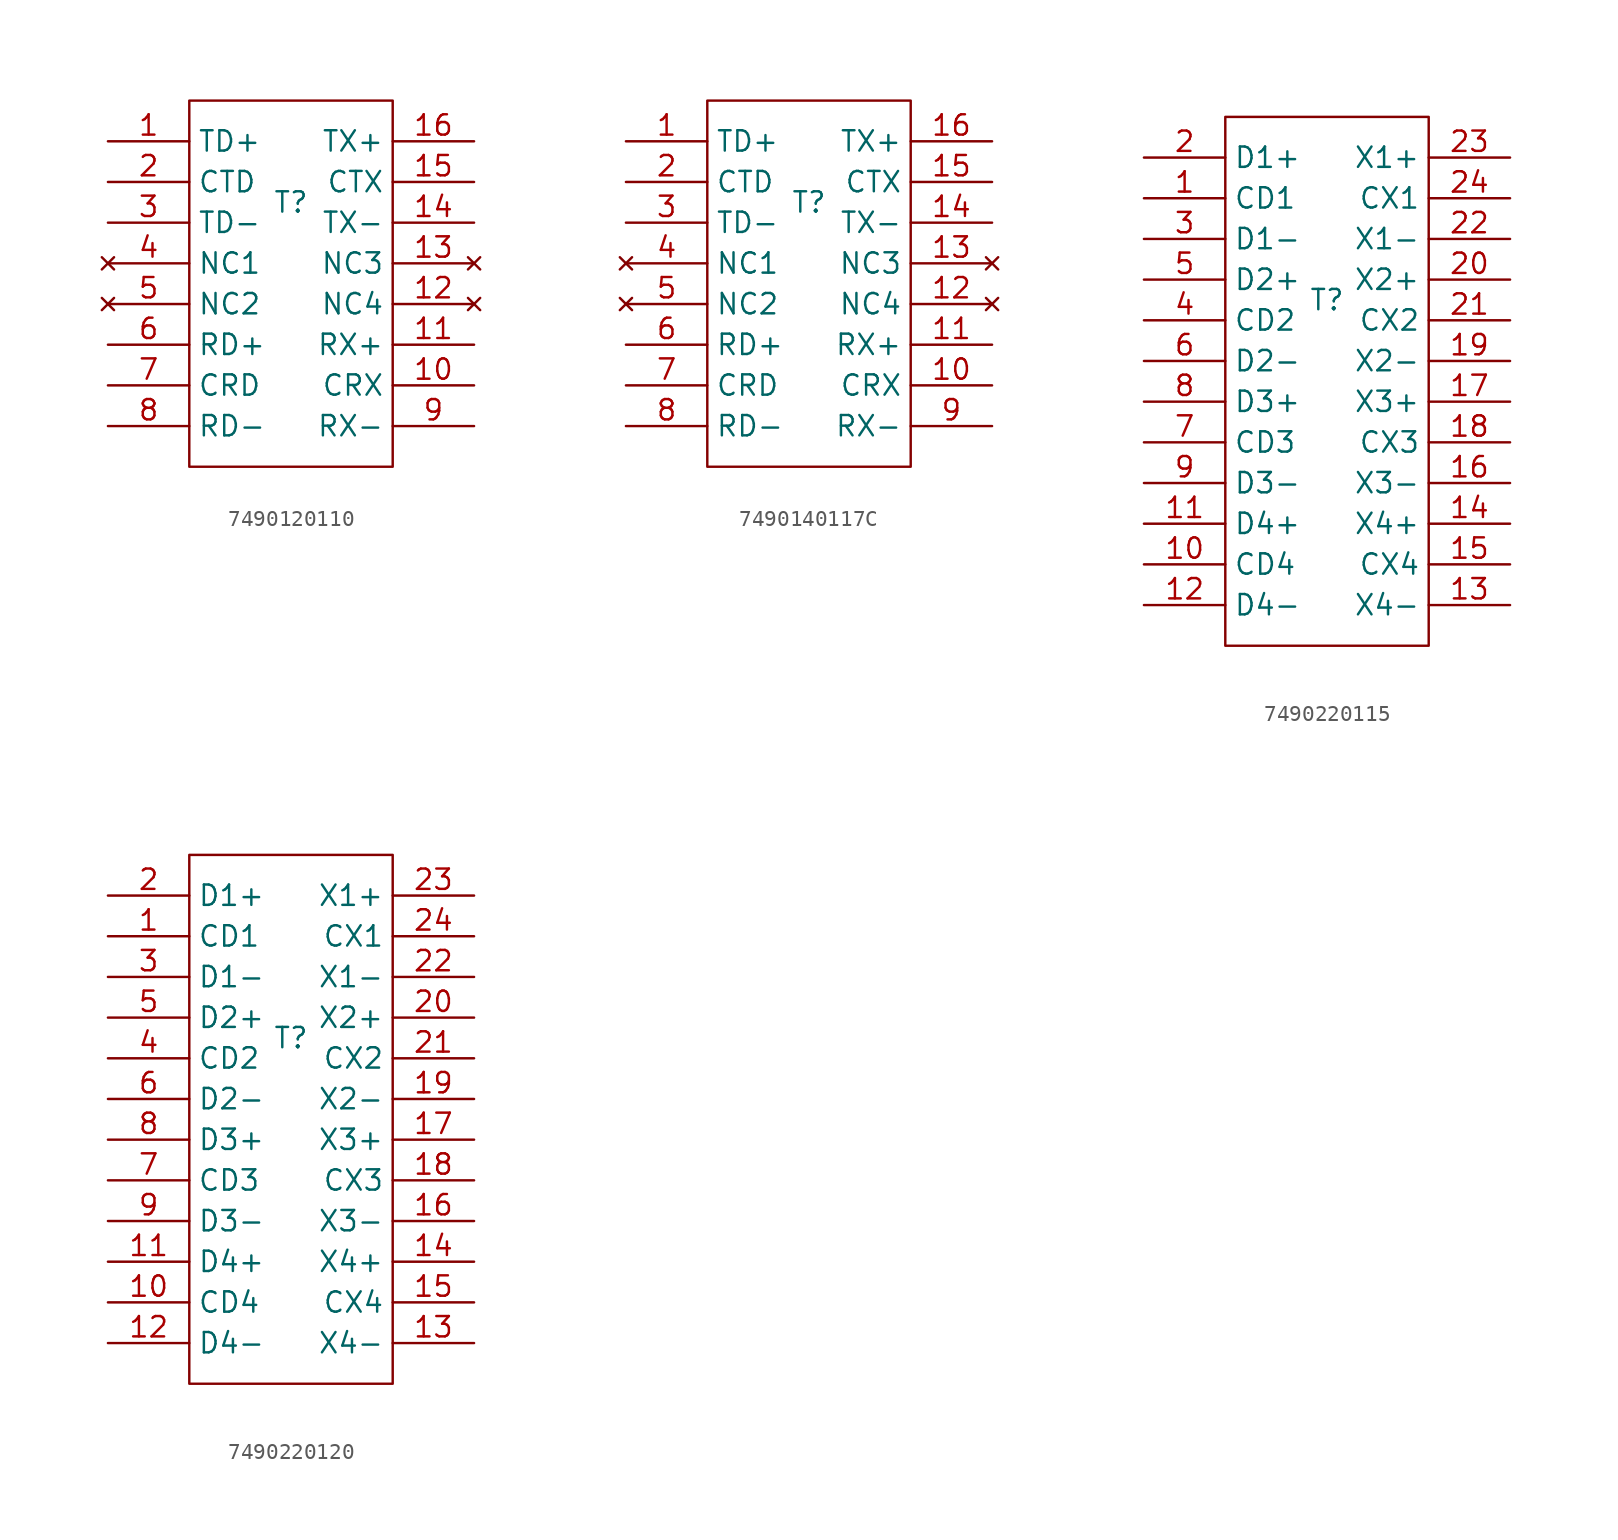
<source format=kicad_sym>
(kicad_symbol_lib
  (version 20220914)
  (generator kicad_symbol_editor)
  (symbol "7490120110"
    (property "Reference" "T"
      (at 0 5.08 0)
      (effects (font (size 1.27 1.27))))
    (property "Critical Parameter" ""
      (at 0 -5.08 0)
      (effects (font (size 1.27 1.27)) (justify left)))
    (symbol "7490120110_0_1"
      (rectangle (start -6.35 11.43) (end 6.35 -11.43) (stroke (width 0) (type default)) (fill (type none))))
    (symbol "7490120110_1_1"
      (pin passive line (at -11.43 8.89 0) (length 5.08) (name "TD+" (effects (font (size 1.27 1.27)))) (number "1" (effects (font (size 1.27 1.27)))))
      (pin passive line (at 11.43 -6.35 180) (length 5.08) (name "CRX" (effects (font (size 1.27 1.27)))) (number "10" (effects (font (size 1.27 1.27)))))
      (pin passive line (at 11.43 -3.81 180) (length 5.08) (name "RX+" (effects (font (size 1.27 1.27)))) (number "11" (effects (font (size 1.27 1.27)))))
      (pin no_connect line (at 11.43 -1.27 180) (length 5.08) (name "NC4" (effects (font (size 1.27 1.27)))) (number "12" (effects (font (size 1.27 1.27)))))
      (pin no_connect line (at 11.43 1.27 180) (length 5.08) (name "NC3" (effects (font (size 1.27 1.27)))) (number "13" (effects (font (size 1.27 1.27)))))
      (pin passive line (at 11.43 3.81 180) (length 5.08) (name "TX-" (effects (font (size 1.27 1.27)))) (number "14" (effects (font (size 1.27 1.27)))))
      (pin passive line (at 11.43 6.35 180) (length 5.08) (name "CTX" (effects (font (size 1.27 1.27)))) (number "15" (effects (font (size 1.27 1.27)))))
      (pin passive line (at 11.43 8.89 180) (length 5.08) (name "TX+" (effects (font (size 1.27 1.27)))) (number "16" (effects (font (size 1.27 1.27)))))
      (pin passive line (at -11.43 6.35 0) (length 5.08) (name "CTD" (effects (font (size 1.27 1.27)))) (number "2" (effects (font (size 1.27 1.27)))))
      (pin passive line (at -11.43 3.81 0) (length 5.08) (name "TD-" (effects (font (size 1.27 1.27)))) (number "3" (effects (font (size 1.27 1.27)))))
      (pin no_connect line (at -11.43 1.27 0) (length 5.08) (name "NC1" (effects (font (size 1.27 1.27)))) (number "4" (effects (font (size 1.27 1.27)))))
      (pin no_connect line (at -11.43 -1.27 0) (length 5.08) (name "NC2" (effects (font (size 1.27 1.27)))) (number "5" (effects (font (size 1.27 1.27)))))
      (pin passive line (at -11.43 -3.81 0) (length 5.08) (name "RD+" (effects (font (size 1.27 1.27)))) (number "6" (effects (font (size 1.27 1.27)))))
      (pin passive line (at -11.43 -6.35 0) (length 5.08) (name "CRD" (effects (font (size 1.27 1.27)))) (number "7" (effects (font (size 1.27 1.27)))))
      (pin passive line (at -11.43 -8.89 0) (length 5.08) (name "RD-" (effects (font (size 1.27 1.27)))) (number "8" (effects (font (size 1.27 1.27)))))
      (pin passive line (at 11.43 -8.89 180) (length 5.08) (name "RX-" (effects (font (size 1.27 1.27)))) (number "9" (effects (font (size 1.27 1.27)))))))
  (symbol "7490140117C"
    (property "Reference" "T"
      (at 0 5.08 0)
      (effects (font (size 1.27 1.27))))
    (property "Critical Parameter" ""
      (at 0 -5.08 0)
      (effects (font (size 1.27 1.27)) (justify left)))
    (symbol "7490140117C_0_1"
      (rectangle (start -6.35 11.43) (end 6.35 -11.43) (stroke (width 0) (type default)) (fill (type none))))
    (symbol "7490140117C_1_1"
      (pin passive line (at -11.43 8.89 0) (length 5.08) (name "TD+" (effects (font (size 1.27 1.27)))) (number "1" (effects (font (size 1.27 1.27)))))
      (pin passive line (at 11.43 -6.35 180) (length 5.08) (name "CRX" (effects (font (size 1.27 1.27)))) (number "10" (effects (font (size 1.27 1.27)))))
      (pin passive line (at 11.43 -3.81 180) (length 5.08) (name "RX+" (effects (font (size 1.27 1.27)))) (number "11" (effects (font (size 1.27 1.27)))))
      (pin no_connect line (at 11.43 -1.27 180) (length 5.08) (name "NC4" (effects (font (size 1.27 1.27)))) (number "12" (effects (font (size 1.27 1.27)))))
      (pin no_connect line (at 11.43 1.27 180) (length 5.08) (name "NC3" (effects (font (size 1.27 1.27)))) (number "13" (effects (font (size 1.27 1.27)))))
      (pin passive line (at 11.43 3.81 180) (length 5.08) (name "TX-" (effects (font (size 1.27 1.27)))) (number "14" (effects (font (size 1.27 1.27)))))
      (pin passive line (at 11.43 6.35 180) (length 5.08) (name "CTX" (effects (font (size 1.27 1.27)))) (number "15" (effects (font (size 1.27 1.27)))))
      (pin passive line (at 11.43 8.89 180) (length 5.08) (name "TX+" (effects (font (size 1.27 1.27)))) (number "16" (effects (font (size 1.27 1.27)))))
      (pin passive line (at -11.43 6.35 0) (length 5.08) (name "CTD" (effects (font (size 1.27 1.27)))) (number "2" (effects (font (size 1.27 1.27)))))
      (pin passive line (at -11.43 3.81 0) (length 5.08) (name "TD-" (effects (font (size 1.27 1.27)))) (number "3" (effects (font (size 1.27 1.27)))))
      (pin no_connect line (at -11.43 1.27 0) (length 5.08) (name "NC1" (effects (font (size 1.27 1.27)))) (number "4" (effects (font (size 1.27 1.27)))))
      (pin no_connect line (at -11.43 -1.27 0) (length 5.08) (name "NC2" (effects (font (size 1.27 1.27)))) (number "5" (effects (font (size 1.27 1.27)))))
      (pin passive line (at -11.43 -3.81 0) (length 5.08) (name "RD+" (effects (font (size 1.27 1.27)))) (number "6" (effects (font (size 1.27 1.27)))))
      (pin passive line (at -11.43 -6.35 0) (length 5.08) (name "CRD" (effects (font (size 1.27 1.27)))) (number "7" (effects (font (size 1.27 1.27)))))
      (pin passive line (at -11.43 -8.89 0) (length 5.08) (name "RD-" (effects (font (size 1.27 1.27)))) (number "8" (effects (font (size 1.27 1.27)))))
      (pin passive line (at 11.43 -8.89 180) (length 5.08) (name "RX-" (effects (font (size 1.27 1.27)))) (number "9" (effects (font (size 1.27 1.27)))))))
  (symbol "7490220115"
    (property "Reference" "T"
      (at 0 5.08 0)
      (effects (font (size 1.27 1.27))))
    (property "Critical Parameter" ""
      (at 0 -5.08 0)
      (effects (font (size 1.27 1.27)) (justify left)))
    (symbol "7490220115_0_1"
      (rectangle (start -6.35 16.51) (end 6.35 -16.51) (stroke (width 0) (type default)) (fill (type none))))
    (symbol "7490220115_1_1"
      (pin passive line (at -11.43 11.43 0) (length 5.08) (name "CD1" (effects (font (size 1.27 1.27)))) (number "1" (effects (font (size 1.27 1.27)))))
      (pin passive line (at -11.43 -11.43 0) (length 5.08) (name "CD4" (effects (font (size 1.27 1.27)))) (number "10" (effects (font (size 1.27 1.27)))))
      (pin passive line (at -11.43 -8.89 0) (length 5.08) (name "D4+" (effects (font (size 1.27 1.27)))) (number "11" (effects (font (size 1.27 1.27)))))
      (pin passive line (at -11.43 -13.97 0) (length 5.08) (name "D4-" (effects (font (size 1.27 1.27)))) (number "12" (effects (font (size 1.27 1.27)))))
      (pin passive line (at 11.43 -13.97 180) (length 5.08) (name "X4-" (effects (font (size 1.27 1.27)))) (number "13" (effects (font (size 1.27 1.27)))))
      (pin passive line (at 11.43 -8.89 180) (length 5.08) (name "X4+" (effects (font (size 1.27 1.27)))) (number "14" (effects (font (size 1.27 1.27)))))
      (pin passive line (at 11.43 -11.43 180) (length 5.08) (name "CX4" (effects (font (size 1.27 1.27)))) (number "15" (effects (font (size 1.27 1.27)))))
      (pin passive line (at 11.43 -6.35 180) (length 5.08) (name "X3-" (effects (font (size 1.27 1.27)))) (number "16" (effects (font (size 1.27 1.27)))))
      (pin passive line (at 11.43 -1.27 180) (length 5.08) (name "X3+" (effects (font (size 1.27 1.27)))) (number "17" (effects (font (size 1.27 1.27)))))
      (pin passive line (at 11.43 -3.81 180) (length 5.08) (name "CX3" (effects (font (size 1.27 1.27)))) (number "18" (effects (font (size 1.27 1.27)))))
      (pin passive line (at 11.43 1.27 180) (length 5.08) (name "X2-" (effects (font (size 1.27 1.27)))) (number "19" (effects (font (size 1.27 1.27)))))
      (pin passive line (at -11.43 13.97 0) (length 5.08) (name "D1+" (effects (font (size 1.27 1.27)))) (number "2" (effects (font (size 1.27 1.27)))))
      (pin passive line (at 11.43 6.35 180) (length 5.08) (name "X2+" (effects (font (size 1.27 1.27)))) (number "20" (effects (font (size 1.27 1.27)))))
      (pin passive line (at 11.43 3.81 180) (length 5.08) (name "CX2" (effects (font (size 1.27 1.27)))) (number "21" (effects (font (size 1.27 1.27)))))
      (pin passive line (at 11.43 8.89 180) (length 5.08) (name "X1-" (effects (font (size 1.27 1.27)))) (number "22" (effects (font (size 1.27 1.27)))))
      (pin passive line (at 11.43 13.97 180) (length 5.08) (name "X1+" (effects (font (size 1.27 1.27)))) (number "23" (effects (font (size 1.27 1.27)))))
      (pin passive line (at 11.43 11.43 180) (length 5.08) (name "CX1" (effects (font (size 1.27 1.27)))) (number "24" (effects (font (size 1.27 1.27)))))
      (pin passive line (at -11.43 8.89 0) (length 5.08) (name "D1-" (effects (font (size 1.27 1.27)))) (number "3" (effects (font (size 1.27 1.27)))))
      (pin passive line (at -11.43 3.81 0) (length 5.08) (name "CD2" (effects (font (size 1.27 1.27)))) (number "4" (effects (font (size 1.27 1.27)))))
      (pin passive line (at -11.43 6.35 0) (length 5.08) (name "D2+" (effects (font (size 1.27 1.27)))) (number "5" (effects (font (size 1.27 1.27)))))
      (pin passive line (at -11.43 1.27 0) (length 5.08) (name "D2-" (effects (font (size 1.27 1.27)))) (number "6" (effects (font (size 1.27 1.27)))))
      (pin passive line (at -11.43 -3.81 0) (length 5.08) (name "CD3" (effects (font (size 1.27 1.27)))) (number "7" (effects (font (size 1.27 1.27)))))
      (pin passive line (at -11.43 -1.27 0) (length 5.08) (name "D3+" (effects (font (size 1.27 1.27)))) (number "8" (effects (font (size 1.27 1.27)))))
      (pin passive line (at -11.43 -6.35 0) (length 5.08) (name "D3-" (effects (font (size 1.27 1.27)))) (number "9" (effects (font (size 1.27 1.27)))))))
  (symbol "7490220120"
    (property "Reference" "T"
      (at 0 5.08 0)
      (effects (font (size 1.27 1.27))))
    (property "Critical Parameter" ""
      (at 0 -5.08 0)
      (effects (font (size 1.27 1.27)) (justify left)))
    (symbol "7490220120_0_1"
      (rectangle (start -6.35 16.51) (end 6.35 -16.51) (stroke (width 0) (type default)) (fill (type none))))
    (symbol "7490220120_1_1"
      (pin passive line (at -11.43 11.43 0) (length 5.08) (name "CD1" (effects (font (size 1.27 1.27)))) (number "1" (effects (font (size 1.27 1.27)))))
      (pin passive line (at -11.43 -11.43 0) (length 5.08) (name "CD4" (effects (font (size 1.27 1.27)))) (number "10" (effects (font (size 1.27 1.27)))))
      (pin passive line (at -11.43 -8.89 0) (length 5.08) (name "D4+" (effects (font (size 1.27 1.27)))) (number "11" (effects (font (size 1.27 1.27)))))
      (pin passive line (at -11.43 -13.97 0) (length 5.08) (name "D4-" (effects (font (size 1.27 1.27)))) (number "12" (effects (font (size 1.27 1.27)))))
      (pin passive line (at 11.43 -13.97 180) (length 5.08) (name "X4-" (effects (font (size 1.27 1.27)))) (number "13" (effects (font (size 1.27 1.27)))))
      (pin passive line (at 11.43 -8.89 180) (length 5.08) (name "X4+" (effects (font (size 1.27 1.27)))) (number "14" (effects (font (size 1.27 1.27)))))
      (pin passive line (at 11.43 -11.43 180) (length 5.08) (name "CX4" (effects (font (size 1.27 1.27)))) (number "15" (effects (font (size 1.27 1.27)))))
      (pin passive line (at 11.43 -6.35 180) (length 5.08) (name "X3-" (effects (font (size 1.27 1.27)))) (number "16" (effects (font (size 1.27 1.27)))))
      (pin passive line (at 11.43 -1.27 180) (length 5.08) (name "X3+" (effects (font (size 1.27 1.27)))) (number "17" (effects (font (size 1.27 1.27)))))
      (pin passive line (at 11.43 -3.81 180) (length 5.08) (name "CX3" (effects (font (size 1.27 1.27)))) (number "18" (effects (font (size 1.27 1.27)))))
      (pin passive line (at 11.43 1.27 180) (length 5.08) (name "X2-" (effects (font (size 1.27 1.27)))) (number "19" (effects (font (size 1.27 1.27)))))
      (pin passive line (at -11.43 13.97 0) (length 5.08) (name "D1+" (effects (font (size 1.27 1.27)))) (number "2" (effects (font (size 1.27 1.27)))))
      (pin passive line (at 11.43 6.35 180) (length 5.08) (name "X2+" (effects (font (size 1.27 1.27)))) (number "20" (effects (font (size 1.27 1.27)))))
      (pin passive line (at 11.43 3.81 180) (length 5.08) (name "CX2" (effects (font (size 1.27 1.27)))) (number "21" (effects (font (size 1.27 1.27)))))
      (pin passive line (at 11.43 8.89 180) (length 5.08) (name "X1-" (effects (font (size 1.27 1.27)))) (number "22" (effects (font (size 1.27 1.27)))))
      (pin passive line (at 11.43 13.97 180) (length 5.08) (name "X1+" (effects (font (size 1.27 1.27)))) (number "23" (effects (font (size 1.27 1.27)))))
      (pin passive line (at 11.43 11.43 180) (length 5.08) (name "CX1" (effects (font (size 1.27 1.27)))) (number "24" (effects (font (size 1.27 1.27)))))
      (pin passive line (at -11.43 8.89 0) (length 5.08) (name "D1-" (effects (font (size 1.27 1.27)))) (number "3" (effects (font (size 1.27 1.27)))))
      (pin passive line (at -11.43 3.81 0) (length 5.08) (name "CD2" (effects (font (size 1.27 1.27)))) (number "4" (effects (font (size 1.27 1.27)))))
      (pin passive line (at -11.43 6.35 0) (length 5.08) (name "D2+" (effects (font (size 1.27 1.27)))) (number "5" (effects (font (size 1.27 1.27)))))
      (pin passive line (at -11.43 1.27 0) (length 5.08) (name "D2-" (effects (font (size 1.27 1.27)))) (number "6" (effects (font (size 1.27 1.27)))))
      (pin passive line (at -11.43 -3.81 0) (length 5.08) (name "CD3" (effects (font (size 1.27 1.27)))) (number "7" (effects (font (size 1.27 1.27)))))
      (pin passive line (at -11.43 -1.27 0) (length 5.08) (name "D3+" (effects (font (size 1.27 1.27)))) (number "8" (effects (font (size 1.27 1.27)))))
      (pin passive line (at -11.43 -6.35 0) (length 5.08) (name "D3-" (effects (font (size 1.27 1.27)))) (number "9" (effects (font (size 1.27 1.27))))))))
</source>
